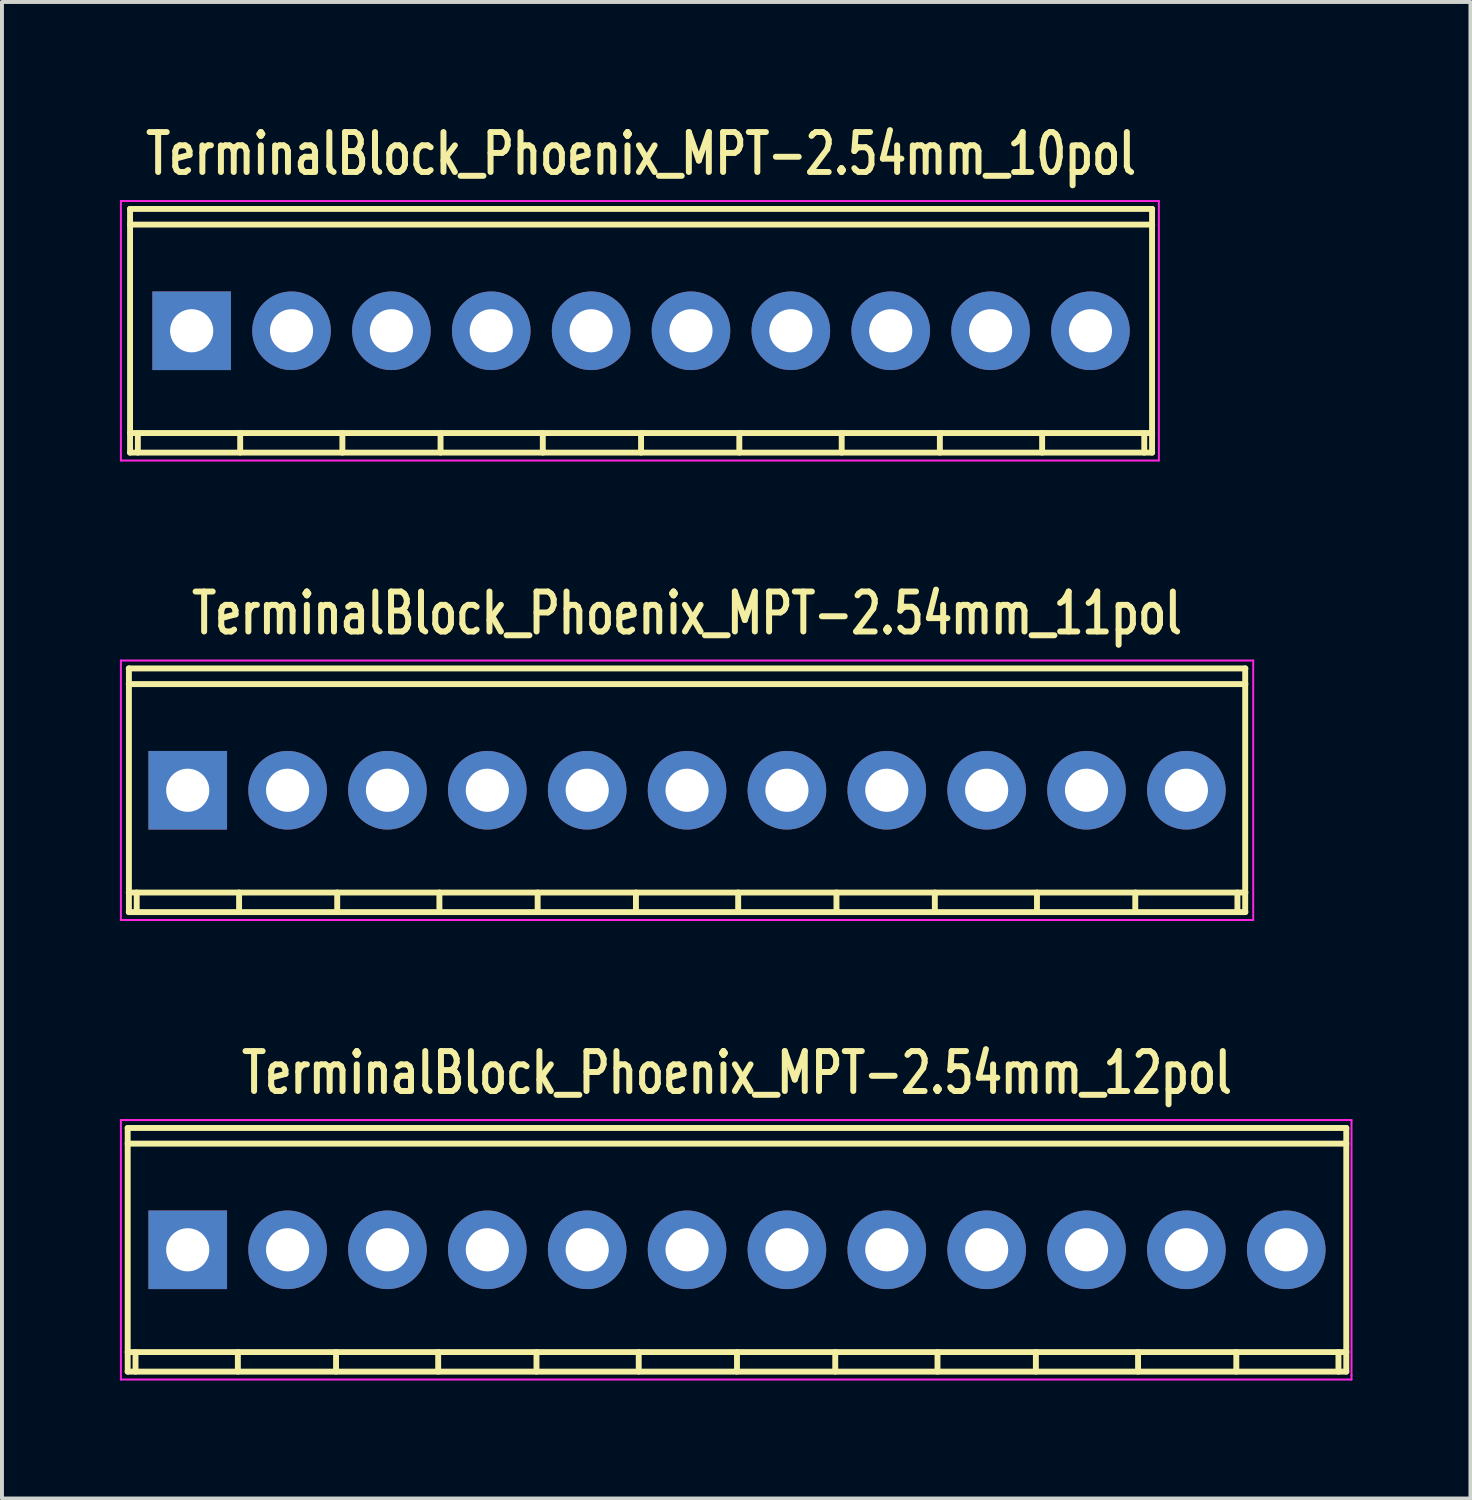
<source format=kicad_pcb>
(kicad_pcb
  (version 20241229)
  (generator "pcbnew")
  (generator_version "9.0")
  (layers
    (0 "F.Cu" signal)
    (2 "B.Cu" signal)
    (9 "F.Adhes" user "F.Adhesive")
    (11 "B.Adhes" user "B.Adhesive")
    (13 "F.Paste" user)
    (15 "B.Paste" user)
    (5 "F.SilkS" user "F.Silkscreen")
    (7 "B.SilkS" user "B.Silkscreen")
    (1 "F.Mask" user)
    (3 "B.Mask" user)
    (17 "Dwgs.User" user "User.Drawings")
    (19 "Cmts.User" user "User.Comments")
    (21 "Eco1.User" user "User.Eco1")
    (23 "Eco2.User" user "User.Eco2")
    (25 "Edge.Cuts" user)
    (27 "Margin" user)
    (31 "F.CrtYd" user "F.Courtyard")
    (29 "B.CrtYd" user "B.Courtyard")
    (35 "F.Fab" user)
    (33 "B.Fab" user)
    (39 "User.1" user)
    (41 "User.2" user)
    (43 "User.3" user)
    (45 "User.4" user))
  (footprint "TerminalBlock_Phoenix_MPT-2.54mm_12pol"
    (layer "F.Cu")
    (at 1.725 28.738)
    (property "Reference" "TerminalBlock_Phoenix_MPT-2.54mm_12pol" (at 13.97 -4.501 0) (layer "F.SilkS") (effects (font (size 1.016 0.762) (thickness 0.152))))
    (attr through_hole)
    (fp_line (start -1.529 -3.099) (end 29.469 -3.099) (stroke (width 0.15) (type solid)) (layer "F.SilkS"))
    (fp_line (start -1.529 2.601) (end 29.469 2.601) (stroke (width 0.15) (type solid)) (layer "F.SilkS"))
    (fp_line (start -1.527 -3.099) (end -1.527 3.099) (stroke (width 0.15) (type solid)) (layer "F.SilkS"))
    (fp_line (start -1.328 3.099) (end -1.328 2.601) (stroke (width 0.15) (type solid)) (layer "F.SilkS"))
    (fp_line (start 1.275 3.099) (end 1.275 2.601) (stroke (width 0.15) (type solid)) (layer "F.SilkS"))
    (fp_line (start 3.772 2.601) (end 3.772 3.099) (stroke (width 0.15) (type solid)) (layer "F.SilkS"))
    (fp_line (start 6.37 2.601) (end 6.37 3.099) (stroke (width 0.15) (type solid)) (layer "F.SilkS"))
    (fp_line (start 8.87 2.601) (end 8.87 3.099) (stroke (width 0.15) (type solid)) (layer "F.SilkS"))
    (fp_line (start 11.471 2.601) (end 11.471 3.099) (stroke (width 0.15) (type solid)) (layer "F.SilkS"))
    (fp_line (start 13.97 2.601) (end 13.97 3.099) (stroke (width 0.15) (type solid)) (layer "F.SilkS"))
    (fp_line (start 16.469 2.601) (end 16.469 3.099) (stroke (width 0.15) (type solid)) (layer "F.SilkS"))
    (fp_line (start 19.07 2.601) (end 19.07 3.099) (stroke (width 0.15) (type solid)) (layer "F.SilkS"))
    (fp_line (start 21.572 2.601) (end 21.572 3.099) (stroke (width 0.15) (type solid)) (layer "F.SilkS"))
    (fp_line (start 24.171 2.601) (end 24.171 3.099) (stroke (width 0.15) (type solid)) (layer "F.SilkS"))
    (fp_line (start 26.67 2.601) (end 26.67 3.099) (stroke (width 0.15) (type solid)) (layer "F.SilkS"))
    (fp_line (start 29.268 2.601) (end 29.268 3.099) (stroke (width 0.15) (type solid)) (layer "F.SilkS"))
    (fp_line (start 29.467 3.099) (end 29.467 -3.099) (stroke (width 0.15) (type solid)) (layer "F.SilkS"))
    (fp_line (start 29.469 -2.7) (end -1.529 -2.7) (stroke (width 0.15) (type solid)) (layer "F.SilkS"))
    (fp_line (start 29.469 3.099) (end -1.529 3.099) (stroke (width 0.15) (type solid)) (layer "F.SilkS"))
    (fp_line (start -1.7 -3.3) (end 29.6 -3.3) (stroke (width 0.05) (type solid)) (layer "F.CrtYd"))
    (fp_line (start -1.7 3.3) (end -1.7 -3.3) (stroke (width 0.05) (type solid)) (layer "F.CrtYd"))
    (fp_line (start 29.6 -3.3) (end 29.6 3.2) (stroke (width 0.05) (type solid)) (layer "F.CrtYd"))
    (fp_line (start 29.6 3.2) (end 29.6 3.3) (stroke (width 0.05) (type solid)) (layer "F.CrtYd"))
    (fp_line (start 29.6 3.3) (end -1.7 3.3) (stroke (width 0.05) (type solid)) (layer "F.CrtYd"))
    (pad "1" thru_hole rect (at 0 0 180) (size 1.999 1.999) (drill 1.097) (layers "*.Cu" "*.Mask"))
    (pad "2" thru_hole oval (at 2.54 0 180) (size 1.999 1.999) (drill 1.097) (layers "*.Cu" "*.Mask"))
    (pad "3" thru_hole oval (at 5.08 0 180) (size 1.999 1.999) (drill 1.097) (layers "*.Cu" "*.Mask"))
    (pad "4" thru_hole oval (at 7.62 0 180) (size 1.999 1.999) (drill 1.097) (layers "*.Cu" "*.Mask"))
    (pad "5" thru_hole oval (at 10.16 0 180) (size 1.999 1.999) (drill 1.097) (layers "*.Cu" "*.Mask"))
    (pad "6" thru_hole oval (at 12.7 0 180) (size 1.999 1.999) (drill 1.097) (layers "*.Cu" "*.Mask"))
    (pad "7" thru_hole oval (at 15.24 0 180) (size 1.999 1.999) (drill 1.097) (layers "*.Cu" "*.Mask"))
    (pad "8" thru_hole oval (at 17.78 0 180) (size 1.999 1.999) (drill 1.097) (layers "*.Cu" "*.Mask"))
    (pad "9" thru_hole oval (at 20.32 0 180) (size 1.999 1.999) (drill 1.097) (layers "*.Cu" "*.Mask"))
    (pad "10" thru_hole oval (at 22.86 0 180) (size 1.999 1.999) (drill 1.097) (layers "*.Cu" "*.Mask"))
    (pad "11" thru_hole oval (at 25.4 0 180) (size 1.999 1.999) (drill 1.097) (layers "*.Cu" "*.Mask"))
    (pad "12" thru_hole oval (at 27.94 0 180) (size 1.999 1.999) (drill 1.097) (layers "*.Cu" "*.Mask")))
  (footprint "TerminalBlock_Phoenix_MPT-2.54mm_11pol"
    (layer "F.Cu")
    (at 1.725 17.05)
    (property "Reference" "TerminalBlock_Phoenix_MPT-2.54mm_11pol" (at 12.7 -4.501 0) (layer "F.SilkS") (effects (font (size 1.016 0.762) (thickness 0.152))))
    (attr through_hole)
    (fp_line (start -1.501 -3.099) (end 26.901 -3.099) (stroke (width 0.15) (type solid)) (layer "F.SilkS"))
    (fp_line (start -1.501 3.099) (end 26.901 3.099) (stroke (width 0.15) (type solid)) (layer "F.SilkS"))
    (fp_line (start -1.496 -3.099) (end -1.496 3.099) (stroke (width 0.15) (type solid)) (layer "F.SilkS"))
    (fp_line (start -1.298 3.099) (end -1.298 2.601) (stroke (width 0.15) (type solid)) (layer "F.SilkS"))
    (fp_line (start 1.306 3.099) (end 1.306 2.601) (stroke (width 0.15) (type solid)) (layer "F.SilkS"))
    (fp_line (start 3.802 2.601) (end 3.802 3.099) (stroke (width 0.15) (type solid)) (layer "F.SilkS"))
    (fp_line (start 6.401 2.601) (end 6.401 3.099) (stroke (width 0.15) (type solid)) (layer "F.SilkS"))
    (fp_line (start 8.9 2.601) (end 8.9 3.099) (stroke (width 0.15) (type solid)) (layer "F.SilkS"))
    (fp_line (start 11.4 2.601) (end 11.4 3.099) (stroke (width 0.15) (type solid)) (layer "F.SilkS"))
    (fp_line (start 14 2.601) (end 14 3.099) (stroke (width 0.15) (type solid)) (layer "F.SilkS"))
    (fp_line (start 16.5 2.601) (end 16.5 3.099) (stroke (width 0.15) (type solid)) (layer "F.SilkS"))
    (fp_line (start 19.002 2.601) (end 19.002 3.099) (stroke (width 0.15) (type solid)) (layer "F.SilkS"))
    (fp_line (start 21.6 2.601) (end 21.6 3.099) (stroke (width 0.15) (type solid)) (layer "F.SilkS"))
    (fp_line (start 24.1 2.601) (end 24.1 3.099) (stroke (width 0.15) (type solid)) (layer "F.SilkS"))
    (fp_line (start 26.698 2.601) (end 26.698 3.099) (stroke (width 0.15) (type solid)) (layer "F.SilkS"))
    (fp_line (start 26.896 3.099) (end 26.896 -3.099) (stroke (width 0.15) (type solid)) (layer "F.SilkS"))
    (fp_line (start 26.901 -2.7) (end -1.501 -2.7) (stroke (width 0.15) (type solid)) (layer "F.SilkS"))
    (fp_line (start 26.901 2.601) (end -1.501 2.601) (stroke (width 0.15) (type solid)) (layer "F.SilkS"))
    (fp_line (start -1.7 -3.3) (end 27.1 -3.3) (stroke (width 0.05) (type solid)) (layer "F.CrtYd"))
    (fp_line (start -1.7 -3.2) (end -1.7 -3.3) (stroke (width 0.05) (type solid)) (layer "F.CrtYd"))
    (fp_line (start -1.7 3.3) (end -1.7 -3.2) (stroke (width 0.05) (type solid)) (layer "F.CrtYd"))
    (fp_line (start 27.1 -3.3) (end 27.1 3.3) (stroke (width 0.05) (type solid)) (layer "F.CrtYd"))
    (fp_line (start 27.1 3.3) (end -1.7 3.3) (stroke (width 0.05) (type solid)) (layer "F.CrtYd"))
    (pad "1" thru_hole rect (at 0 0 180) (size 1.999 1.999) (drill 1.097) (layers "*.Cu" "*.Mask"))
    (pad "2" thru_hole oval (at 2.54 0 180) (size 1.999 1.999) (drill 1.097) (layers "*.Cu" "*.Mask"))
    (pad "3" thru_hole oval (at 5.08 0 180) (size 1.999 1.999) (drill 1.097) (layers "*.Cu" "*.Mask"))
    (pad "4" thru_hole oval (at 7.62 0 180) (size 1.999 1.999) (drill 1.097) (layers "*.Cu" "*.Mask"))
    (pad "5" thru_hole oval (at 10.16 0 180) (size 1.999 1.999) (drill 1.097) (layers "*.Cu" "*.Mask"))
    (pad "6" thru_hole oval (at 12.7 0 180) (size 1.999 1.999) (drill 1.097) (layers "*.Cu" "*.Mask"))
    (pad "7" thru_hole oval (at 15.24 0 180) (size 1.999 1.999) (drill 1.097) (layers "*.Cu" "*.Mask"))
    (pad "8" thru_hole oval (at 17.78 0 180) (size 1.999 1.999) (drill 1.097) (layers "*.Cu" "*.Mask"))
    (pad "9" thru_hole oval (at 20.32 0 180) (size 1.999 1.999) (drill 1.097) (layers "*.Cu" "*.Mask"))
    (pad "10" thru_hole oval (at 22.86 0 180) (size 1.999 1.999) (drill 1.097) (layers "*.Cu" "*.Mask"))
    (pad "11" thru_hole oval (at 25.4 0 180) (size 1.999 1.999) (drill 1.097) (layers "*.Cu" "*.Mask")))
  (footprint "TerminalBlock_Phoenix_MPT-2.54mm_10pol"
    (layer "F.Cu")
    (at 1.825 5.363)
    (property "Reference" "TerminalBlock_Phoenix_MPT-2.54mm_10pol" (at 11.43 -4.501 0) (layer "F.SilkS") (effects (font (size 1.016 0.762) (thickness 0.152))))
    (attr through_hole)
    (fp_line (start -1.57 -3.099) (end 24.43 -3.099) (stroke (width 0.15) (type solid)) (layer "F.SilkS"))
    (fp_line (start -1.57 3.099) (end 24.43 3.099) (stroke (width 0.15) (type solid)) (layer "F.SilkS"))
    (fp_line (start -1.567 -3.099) (end -1.567 3.099) (stroke (width 0.15) (type solid)) (layer "F.SilkS"))
    (fp_line (start -1.369 3.099) (end -1.369 2.601) (stroke (width 0.15) (type solid)) (layer "F.SilkS"))
    (fp_line (start 1.234 3.099) (end 1.234 2.601) (stroke (width 0.15) (type solid)) (layer "F.SilkS"))
    (fp_line (start 3.833 2.601) (end 3.833 3.099) (stroke (width 0.15) (type solid)) (layer "F.SilkS"))
    (fp_line (start 6.33 2.601) (end 6.33 3.099) (stroke (width 0.15) (type solid)) (layer "F.SilkS"))
    (fp_line (start 8.931 2.601) (end 8.931 3.099) (stroke (width 0.15) (type solid)) (layer "F.SilkS"))
    (fp_line (start 11.43 2.601) (end 11.43 3.099) (stroke (width 0.15) (type solid)) (layer "F.SilkS"))
    (fp_line (start 13.929 2.601) (end 13.929 3.099) (stroke (width 0.15) (type solid)) (layer "F.SilkS"))
    (fp_line (start 16.533 2.601) (end 16.533 3.099) (stroke (width 0.15) (type solid)) (layer "F.SilkS"))
    (fp_line (start 19.03 2.601) (end 19.03 3.099) (stroke (width 0.15) (type solid)) (layer "F.SilkS"))
    (fp_line (start 21.631 2.601) (end 21.631 3.099) (stroke (width 0.15) (type solid)) (layer "F.SilkS"))
    (fp_line (start 24.229 2.601) (end 24.229 3.099) (stroke (width 0.15) (type solid)) (layer "F.SilkS"))
    (fp_line (start 24.427 3.099) (end 24.427 -3.099) (stroke (width 0.15) (type solid)) (layer "F.SilkS"))
    (fp_line (start 24.43 -2.7) (end -1.57 -2.7) (stroke (width 0.15) (type solid)) (layer "F.SilkS"))
    (fp_line (start 24.43 2.601) (end -1.57 2.601) (stroke (width 0.15) (type solid)) (layer "F.SilkS"))
    (fp_line (start -1.8 -3.3) (end 24.6 -3.3) (stroke (width 0.05) (type solid)) (layer "F.CrtYd"))
    (fp_line (start -1.8 3.3) (end -1.8 -3.3) (stroke (width 0.05) (type solid)) (layer "F.CrtYd"))
    (fp_line (start 24.6 -3.3) (end 24.6 3.3) (stroke (width 0.05) (type solid)) (layer "F.CrtYd"))
    (fp_line (start 24.6 3.3) (end -1.8 3.3) (stroke (width 0.05) (type solid)) (layer "F.CrtYd"))
    (pad "1" thru_hole rect (at 0 0 180) (size 1.999 1.999) (drill 1.097) (layers "*.Cu" "*.Mask"))
    (pad "2" thru_hole oval (at 2.54 0 180) (size 1.999 1.999) (drill 1.097) (layers "*.Cu" "*.Mask"))
    (pad "3" thru_hole oval (at 5.08 0 180) (size 1.999 1.999) (drill 1.097) (layers "*.Cu" "*.Mask"))
    (pad "4" thru_hole oval (at 7.62 0 180) (size 1.999 1.999) (drill 1.097) (layers "*.Cu" "*.Mask"))
    (pad "5" thru_hole oval (at 10.16 0 180) (size 1.999 1.999) (drill 1.097) (layers "*.Cu" "*.Mask"))
    (pad "6" thru_hole oval (at 12.7 0 180) (size 1.999 1.999) (drill 1.097) (layers "*.Cu" "*.Mask"))
    (pad "7" thru_hole oval (at 15.24 0 180) (size 1.999 1.999) (drill 1.097) (layers "*.Cu" "*.Mask"))
    (pad "8" thru_hole oval (at 17.78 0 180) (size 1.999 1.999) (drill 1.097) (layers "*.Cu" "*.Mask"))
    (pad "9" thru_hole oval (at 20.32 0 180) (size 1.999 1.999) (drill 1.097) (layers "*.Cu" "*.Mask"))
    (pad "10" thru_hole oval (at 22.86 0 180) (size 1.999 1.999) (drill 1.097) (layers "*.Cu" "*.Mask")))
  (gr_rect
    (start -3 -3)
    (end 34.35 35.063)
    (stroke (width 0.1) (type default))
    (fill no)
    (layer "Edge.Cuts")))
</source>
